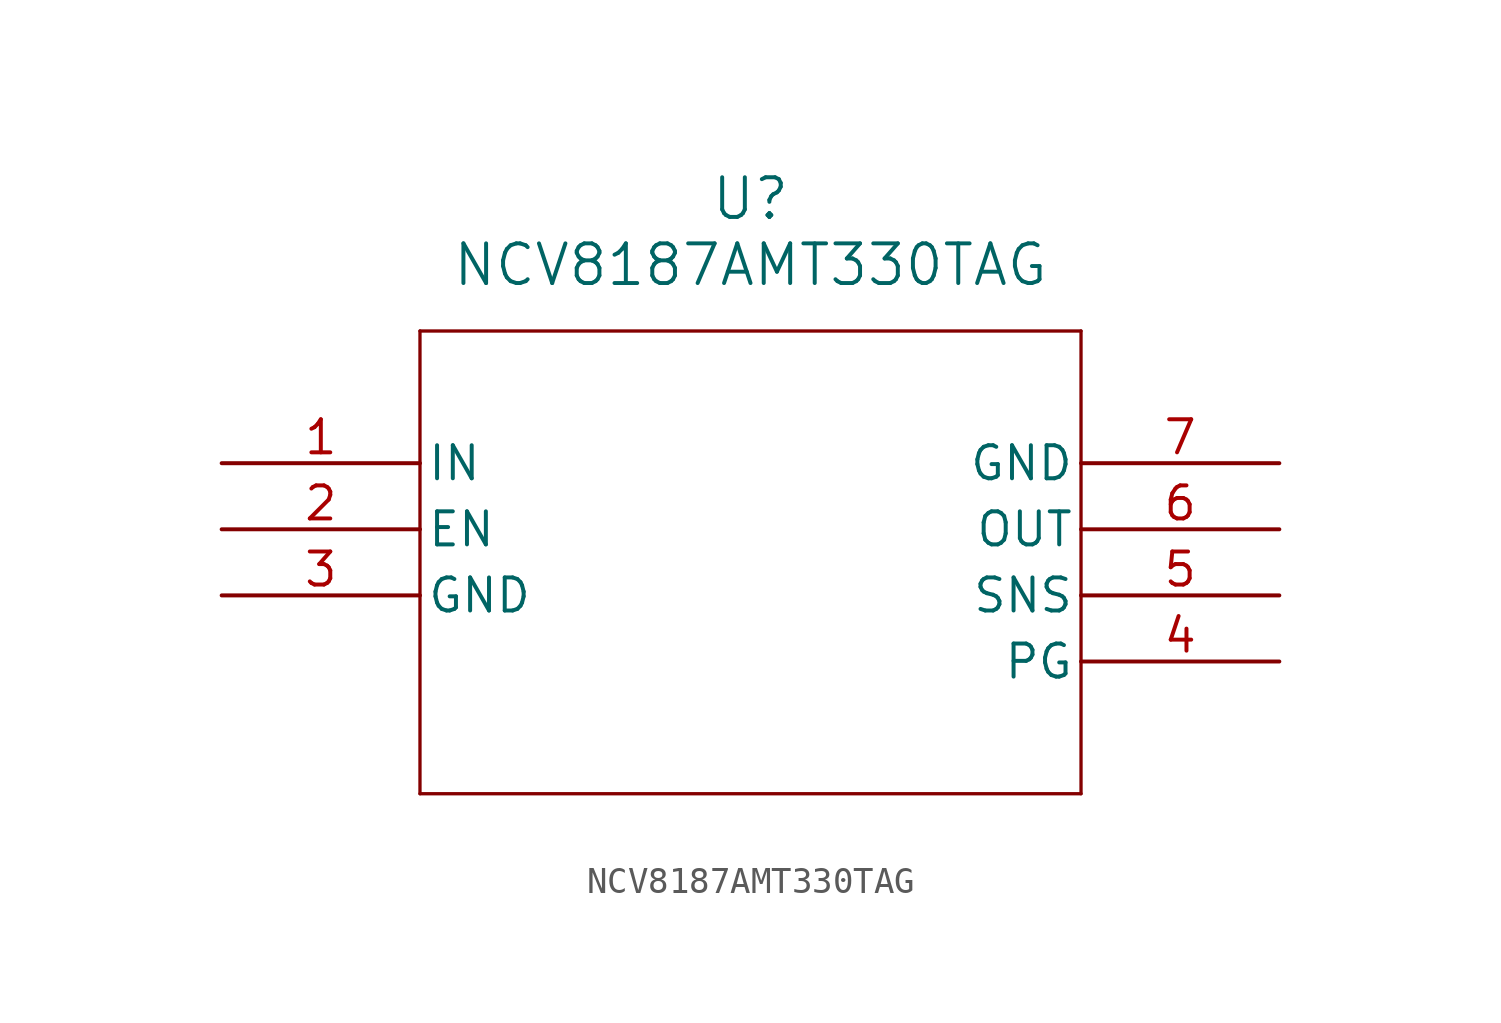
<source format=kicad_sym>
(kicad_symbol_lib
  (version 20220914)
  (generator kicad_symbol_editor)
  (symbol "NCV8187AMT330TAG"
    (pin_names
      (offset 0.254))
    (property "Reference" "U"
      (at 20.32 10.16 0)
      (effects (font (size 1.524 1.524))))
    (property "Value" "NCV8187AMT330TAG"
      (at 20.32 7.62 0)
      (effects (font (size 1.524 1.524))))
    (symbol "NCV8187AMT330TAG_0_1"
      (polyline (pts (xy 7.62 -12.7) (xy 33.02 -12.7)) (stroke (width 0.127) (type default)) (fill (type none)))
      (polyline (pts (xy 7.62 5.08) (xy 7.62 -12.7)) (stroke (width 0.127) (type default)) (fill (type none)))
      (polyline (pts (xy 33.02 -12.7) (xy 33.02 5.08)) (stroke (width 0.127) (type default)) (fill (type none)))
      (polyline (pts (xy 33.02 5.08) (xy 7.62 5.08)) (stroke (width 0.127) (type default)) (fill (type none)))
      (pin unspecified line (at 0 0 0) (length 7.62) (name "IN" (effects (font (size 1.27 1.27)))) (number "1" (effects (font (size 1.27 1.27)))))
      (pin unspecified line (at 0 -2.54 0) (length 7.62) (name "EN" (effects (font (size 1.27 1.27)))) (number "2" (effects (font (size 1.27 1.27)))))
      (pin unspecified line (at 0 -5.08 0) (length 7.62) (name "GND" (effects (font (size 1.27 1.27)))) (number "3" (effects (font (size 1.27 1.27)))))
      (pin unspecified line (at 40.64 -7.62 180) (length 7.62) (name "PG" (effects (font (size 1.27 1.27)))) (number "4" (effects (font (size 1.27 1.27)))))
      (pin unspecified line (at 40.64 -5.08 180) (length 7.62) (name "SNS" (effects (font (size 1.27 1.27)))) (number "5" (effects (font (size 1.27 1.27)))))
      (pin unspecified line (at 40.64 -2.54 180) (length 7.62) (name "OUT" (effects (font (size 1.27 1.27)))) (number "6" (effects (font (size 1.27 1.27)))))
      (pin unspecified line (at 40.64 0 180) (length 7.62) (name "GND" (effects (font (size 1.27 1.27)))) (number "7" (effects (font (size 1.27 1.27))))))))
</source>
